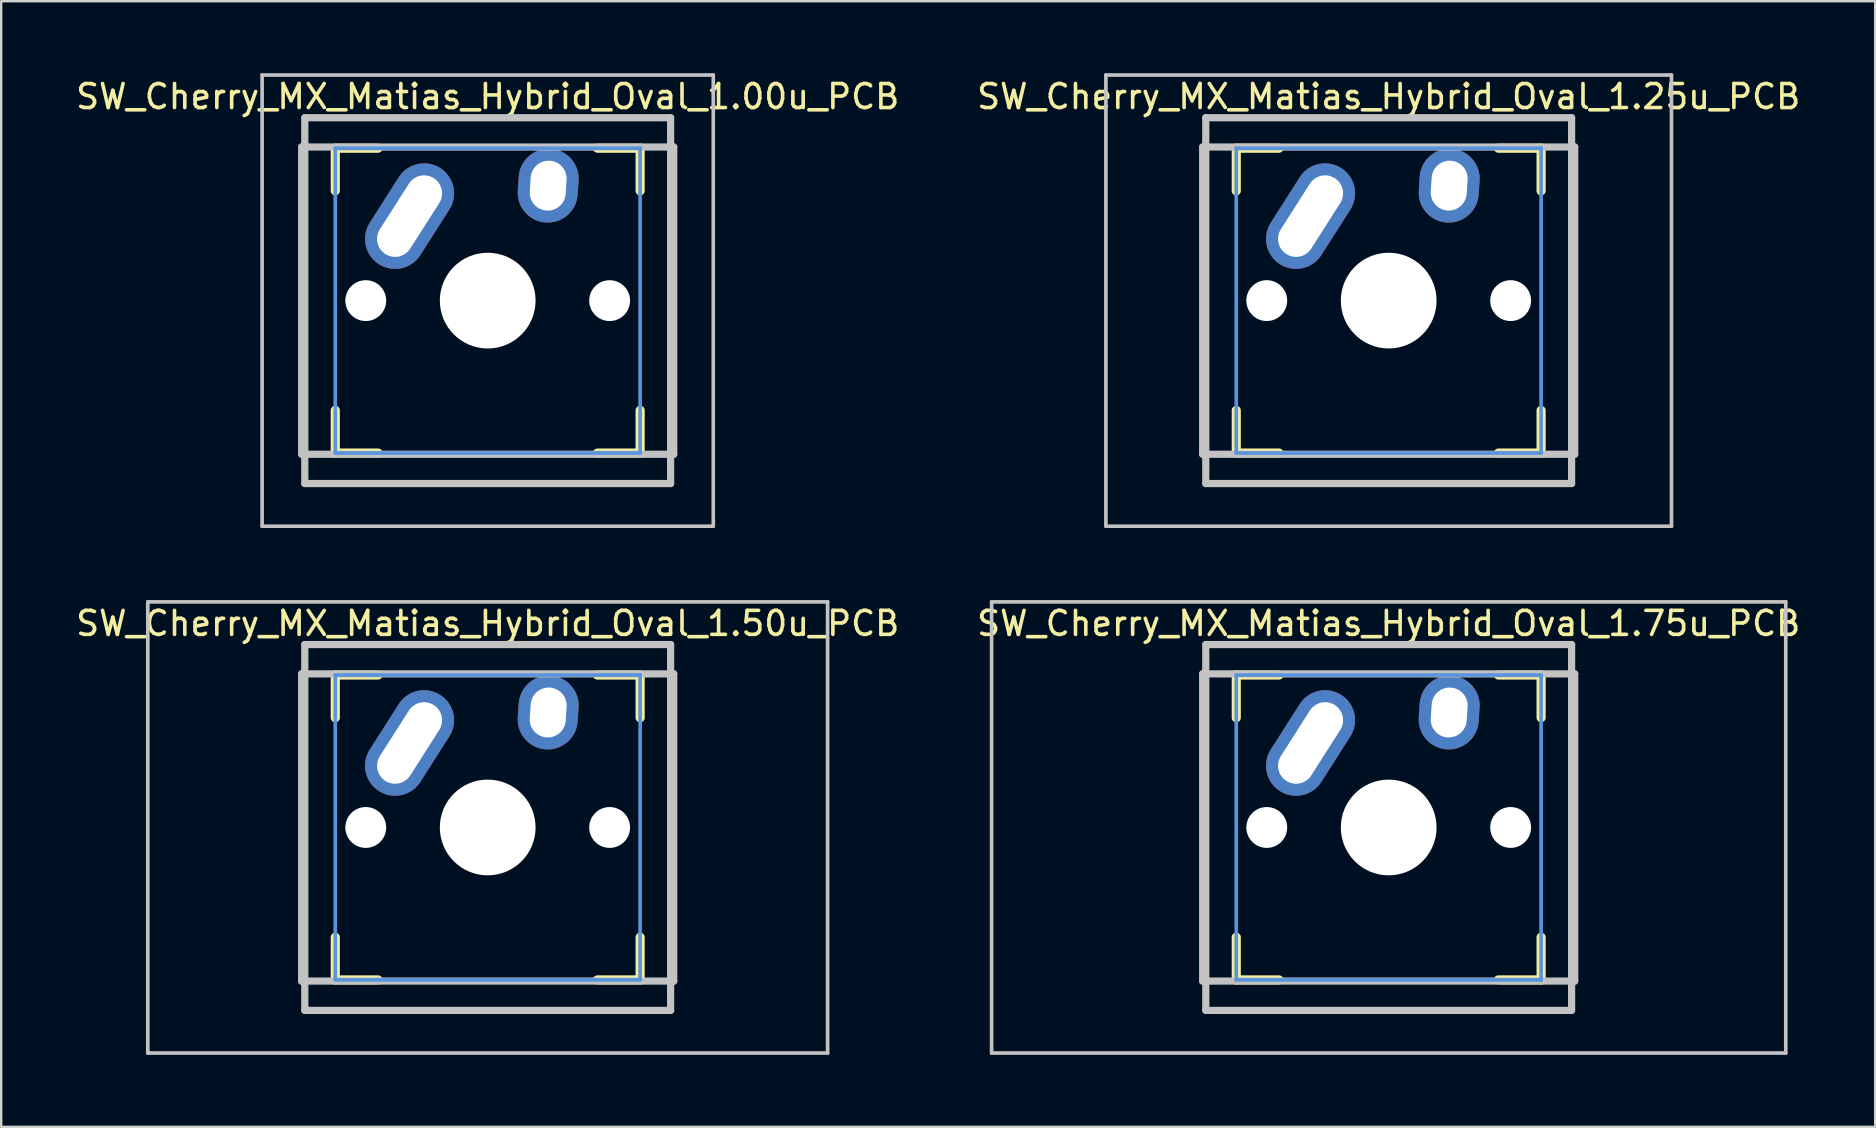
<source format=kicad_pcb>
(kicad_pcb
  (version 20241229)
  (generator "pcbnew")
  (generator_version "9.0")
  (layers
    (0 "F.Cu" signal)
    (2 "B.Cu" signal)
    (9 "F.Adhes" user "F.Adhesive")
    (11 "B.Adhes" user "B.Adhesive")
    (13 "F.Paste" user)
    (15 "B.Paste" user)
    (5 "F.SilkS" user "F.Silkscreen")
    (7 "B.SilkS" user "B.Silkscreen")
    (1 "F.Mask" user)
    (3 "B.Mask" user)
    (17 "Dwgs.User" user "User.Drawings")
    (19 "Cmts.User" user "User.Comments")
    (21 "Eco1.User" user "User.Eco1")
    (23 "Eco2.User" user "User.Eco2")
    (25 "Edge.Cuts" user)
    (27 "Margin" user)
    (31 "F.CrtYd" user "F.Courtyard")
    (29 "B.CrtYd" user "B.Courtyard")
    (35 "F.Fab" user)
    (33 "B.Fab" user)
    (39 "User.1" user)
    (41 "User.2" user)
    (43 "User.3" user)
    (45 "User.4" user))
  (footprint "SW_Cherry_MX_Matias_Hybrid_Oval_1.25u_PCB"
    (layer "F.Cu")
    (at 54.804 9.474)
    (property "Reference" "SW_Cherry_MX_Matias_Hybrid_Oval_1.25u_PCB" (at 0 -8.5 0) (layer "F.SilkS") (effects (font (size 1 1) (thickness 0.15))))
    (attr through_hole)
    (fp_line (start -6.35 -6.35) (end -4.572 -6.35) (stroke (width 0.381) (type solid)) (layer "F.SilkS"))
    (fp_line (start -6.35 -4.572) (end -6.35 -6.35) (stroke (width 0.381) (type solid)) (layer "F.SilkS"))
    (fp_line (start -6.35 6.35) (end -6.35 4.572) (stroke (width 0.381) (type solid)) (layer "F.SilkS"))
    (fp_line (start -4.572 6.35) (end -6.35 6.35) (stroke (width 0.381) (type solid)) (layer "F.SilkS"))
    (fp_line (start 4.572 -6.35) (end 6.35 -6.35) (stroke (width 0.381) (type solid)) (layer "F.SilkS"))
    (fp_line (start 6.35 -6.35) (end 6.35 -4.572) (stroke (width 0.381) (type solid)) (layer "F.SilkS"))
    (fp_line (start 6.35 4.572) (end 6.35 6.35) (stroke (width 0.381) (type solid)) (layer "F.SilkS"))
    (fp_line (start 6.35 6.35) (end 4.572 6.35) (stroke (width 0.381) (type solid)) (layer "F.SilkS"))
    (fp_line (start -11.781 -9.398) (end 11.781 -9.398) (stroke (width 0.152) (type solid)) (layer "Dwgs.User"))
    (fp_line (start -11.781 9.398) (end -11.781 -9.398) (stroke (width 0.152) (type solid)) (layer "Dwgs.User"))
    (fp_line (start -7.75 6.4) (end -7.75 -6.4) (stroke (width 0.3) (type solid)) (layer "Dwgs.User"))
    (fp_line (start -7.75 6.4) (end 7.75 6.4) (stroke (width 0.3) (type solid)) (layer "Dwgs.User"))
    (fp_line (start -7.62 -7.62) (end 7.62 -7.62) (stroke (width 0.3) (type solid)) (layer "Dwgs.User"))
    (fp_line (start -7.62 7.62) (end -7.62 -7.62) (stroke (width 0.3) (type solid)) (layer "Dwgs.User"))
    (fp_line (start 7.62 -7.62) (end 7.62 7.62) (stroke (width 0.3) (type solid)) (layer "Dwgs.User"))
    (fp_line (start 7.62 7.62) (end -7.62 7.62) (stroke (width 0.3) (type solid)) (layer "Dwgs.User"))
    (fp_line (start 7.75 -6.4) (end -7.75 -6.4) (stroke (width 0.3) (type solid)) (layer "Dwgs.User"))
    (fp_line (start 7.75 6.4) (end 7.75 -6.4) (stroke (width 0.3) (type solid)) (layer "Dwgs.User"))
    (fp_line (start 11.781 -9.398) (end 11.781 9.398) (stroke (width 0.152) (type solid)) (layer "Dwgs.User"))
    (fp_line (start 11.781 9.398) (end -11.781 9.398) (stroke (width 0.152) (type solid)) (layer "Dwgs.User"))
    (fp_line (start -6.35 -6.35) (end 6.35 -6.35) (stroke (width 0.152) (type solid)) (layer "Cmts.User"))
    (fp_line (start -6.35 6.35) (end -6.35 -6.35) (stroke (width 0.152) (type solid)) (layer "Cmts.User"))
    (fp_line (start 6.35 -6.35) (end 6.35 6.35) (stroke (width 0.152) (type solid)) (layer "Cmts.User"))
    (fp_line (start 6.35 6.35) (end -6.35 6.35) (stroke (width 0.152) (type solid)) (layer "Cmts.User"))
    (fp_line (start -6.985 -6.985) (end 6.985 -6.985) (stroke (width 0.152) (type solid)) (layer "Eco2.User"))
    (fp_line (start -6.985 6.985) (end -6.985 -6.985) (stroke (width 0.152) (type solid)) (layer "Eco2.User"))
    (fp_line (start 6.985 -6.985) (end 6.985 6.985) (stroke (width 0.152) (type solid)) (layer "Eco2.User"))
    (fp_line (start 6.985 6.985) (end -6.985 6.985) (stroke (width 0.152) (type solid)) (layer "Eco2.User"))
    (pad "" np_thru_hole circle (at -5.08 0) (size 1.702 1.702) (drill 1.702) (layers "*.Cu" "*.Mask"))
    (pad "" np_thru_hole circle (at 0 0) (size 3.988 3.988) (drill 3.988) (layers "*.Cu" "*.Mask"))
    (pad "" np_thru_hole circle (at 5.08 0) (size 1.702 1.702) (drill 1.702) (layers "*.Cu" "*.Mask"))
    (pad "1" thru_hole oval (at 2.52 -4.79 356.1) (size 2.5 3.08) (drill oval 1.5 2.08) (layers "*.Cu" "*.Mask"))
    (pad "2" thru_hole oval (at -3.255 -3.52 327.5) (size 2.5 4.75) (drill oval 1.5 3.75) (layers "*.Cu" "*.Mask")))
  (footprint "SW_Cherry_MX_Matias_Hybrid_Oval_1.00u_PCB"
    (layer "F.Cu")
    (at 17.268 9.474)
    (property "Reference" "SW_Cherry_MX_Matias_Hybrid_Oval_1.00u_PCB" (at 0 -8.5 0) (layer "F.SilkS") (effects (font (size 1 1) (thickness 0.15))))
    (attr through_hole)
    (fp_line (start -6.35 -6.35) (end -4.572 -6.35) (stroke (width 0.381) (type solid)) (layer "F.SilkS"))
    (fp_line (start -6.35 -4.572) (end -6.35 -6.35) (stroke (width 0.381) (type solid)) (layer "F.SilkS"))
    (fp_line (start -6.35 6.35) (end -6.35 4.572) (stroke (width 0.381) (type solid)) (layer "F.SilkS"))
    (fp_line (start -4.572 6.35) (end -6.35 6.35) (stroke (width 0.381) (type solid)) (layer "F.SilkS"))
    (fp_line (start 4.572 -6.35) (end 6.35 -6.35) (stroke (width 0.381) (type solid)) (layer "F.SilkS"))
    (fp_line (start 6.35 -6.35) (end 6.35 -4.572) (stroke (width 0.381) (type solid)) (layer "F.SilkS"))
    (fp_line (start 6.35 4.572) (end 6.35 6.35) (stroke (width 0.381) (type solid)) (layer "F.SilkS"))
    (fp_line (start 6.35 6.35) (end 4.572 6.35) (stroke (width 0.381) (type solid)) (layer "F.SilkS"))
    (fp_line (start -9.398 -9.398) (end 9.398 -9.398) (stroke (width 0.152) (type solid)) (layer "Dwgs.User"))
    (fp_line (start -9.398 9.398) (end -9.398 -9.398) (stroke (width 0.152) (type solid)) (layer "Dwgs.User"))
    (fp_line (start -7.75 6.4) (end -7.75 -6.4) (stroke (width 0.3) (type solid)) (layer "Dwgs.User"))
    (fp_line (start -7.75 6.4) (end 7.75 6.4) (stroke (width 0.3) (type solid)) (layer "Dwgs.User"))
    (fp_line (start -7.62 -7.62) (end 7.62 -7.62) (stroke (width 0.3) (type solid)) (layer "Dwgs.User"))
    (fp_line (start -7.62 7.62) (end -7.62 -7.62) (stroke (width 0.3) (type solid)) (layer "Dwgs.User"))
    (fp_line (start 7.62 -7.62) (end 7.62 7.62) (stroke (width 0.3) (type solid)) (layer "Dwgs.User"))
    (fp_line (start 7.62 7.62) (end -7.62 7.62) (stroke (width 0.3) (type solid)) (layer "Dwgs.User"))
    (fp_line (start 7.75 -6.4) (end -7.75 -6.4) (stroke (width 0.3) (type solid)) (layer "Dwgs.User"))
    (fp_line (start 7.75 6.4) (end 7.75 -6.4) (stroke (width 0.3) (type solid)) (layer "Dwgs.User"))
    (fp_line (start 9.398 -9.398) (end 9.398 9.398) (stroke (width 0.152) (type solid)) (layer "Dwgs.User"))
    (fp_line (start 9.398 9.398) (end -9.398 9.398) (stroke (width 0.152) (type solid)) (layer "Dwgs.User"))
    (fp_line (start -6.35 -6.35) (end 6.35 -6.35) (stroke (width 0.152) (type solid)) (layer "Cmts.User"))
    (fp_line (start -6.35 6.35) (end -6.35 -6.35) (stroke (width 0.152) (type solid)) (layer "Cmts.User"))
    (fp_line (start 6.35 -6.35) (end 6.35 6.35) (stroke (width 0.152) (type solid)) (layer "Cmts.User"))
    (fp_line (start 6.35 6.35) (end -6.35 6.35) (stroke (width 0.152) (type solid)) (layer "Cmts.User"))
    (fp_line (start -6.985 -6.985) (end 6.985 -6.985) (stroke (width 0.152) (type solid)) (layer "Eco2.User"))
    (fp_line (start -6.985 6.985) (end -6.985 -6.985) (stroke (width 0.152) (type solid)) (layer "Eco2.User"))
    (fp_line (start 6.985 -6.985) (end 6.985 6.985) (stroke (width 0.152) (type solid)) (layer "Eco2.User"))
    (fp_line (start 6.985 6.985) (end -6.985 6.985) (stroke (width 0.152) (type solid)) (layer "Eco2.User"))
    (pad "" np_thru_hole circle (at -5.08 0) (size 1.702 1.702) (drill 1.702) (layers "*.Cu" "*.Mask"))
    (pad "" np_thru_hole circle (at 0 0) (size 3.988 3.988) (drill 3.988) (layers "*.Cu" "*.Mask"))
    (pad "" np_thru_hole circle (at 5.08 0) (size 1.702 1.702) (drill 1.702) (layers "*.Cu" "*.Mask"))
    (pad "1" thru_hole oval (at 2.52 -4.79 356.1) (size 2.5 3.08) (drill oval 1.5 2.08) (layers "*.Cu" "*.Mask"))
    (pad "2" thru_hole oval (at -3.255 -3.52 327.5) (size 2.5 4.75) (drill oval 1.5 3.75) (layers "*.Cu" "*.Mask")))
  (footprint "SW_Cherry_MX_Matias_Hybrid_Oval_1.75u_PCB"
    (layer "F.Cu")
    (at 54.804 31.423)
    (property "Reference" "SW_Cherry_MX_Matias_Hybrid_Oval_1.75u_PCB" (at 0 -8.5 0) (layer "F.SilkS") (effects (font (size 1 1) (thickness 0.15))))
    (attr through_hole)
    (fp_line (start -6.35 -6.35) (end -4.572 -6.35) (stroke (width 0.381) (type solid)) (layer "F.SilkS"))
    (fp_line (start -6.35 -4.572) (end -6.35 -6.35) (stroke (width 0.381) (type solid)) (layer "F.SilkS"))
    (fp_line (start -6.35 6.35) (end -6.35 4.572) (stroke (width 0.381) (type solid)) (layer "F.SilkS"))
    (fp_line (start -4.572 6.35) (end -6.35 6.35) (stroke (width 0.381) (type solid)) (layer "F.SilkS"))
    (fp_line (start 4.572 -6.35) (end 6.35 -6.35) (stroke (width 0.381) (type solid)) (layer "F.SilkS"))
    (fp_line (start 6.35 -6.35) (end 6.35 -4.572) (stroke (width 0.381) (type solid)) (layer "F.SilkS"))
    (fp_line (start 6.35 4.572) (end 6.35 6.35) (stroke (width 0.381) (type solid)) (layer "F.SilkS"))
    (fp_line (start 6.35 6.35) (end 4.572 6.35) (stroke (width 0.381) (type solid)) (layer "F.SilkS"))
    (fp_line (start -16.543 -9.398) (end 16.543 -9.398) (stroke (width 0.152) (type solid)) (layer "Dwgs.User"))
    (fp_line (start -16.543 9.398) (end -16.543 -9.398) (stroke (width 0.152) (type solid)) (layer "Dwgs.User"))
    (fp_line (start -7.75 6.4) (end -7.75 -6.4) (stroke (width 0.3) (type solid)) (layer "Dwgs.User"))
    (fp_line (start -7.75 6.4) (end 7.75 6.4) (stroke (width 0.3) (type solid)) (layer "Dwgs.User"))
    (fp_line (start -7.62 -7.62) (end 7.62 -7.62) (stroke (width 0.3) (type solid)) (layer "Dwgs.User"))
    (fp_line (start -7.62 7.62) (end -7.62 -7.62) (stroke (width 0.3) (type solid)) (layer "Dwgs.User"))
    (fp_line (start 7.62 -7.62) (end 7.62 7.62) (stroke (width 0.3) (type solid)) (layer "Dwgs.User"))
    (fp_line (start 7.62 7.62) (end -7.62 7.62) (stroke (width 0.3) (type solid)) (layer "Dwgs.User"))
    (fp_line (start 7.75 -6.4) (end -7.75 -6.4) (stroke (width 0.3) (type solid)) (layer "Dwgs.User"))
    (fp_line (start 7.75 6.4) (end 7.75 -6.4) (stroke (width 0.3) (type solid)) (layer "Dwgs.User"))
    (fp_line (start 16.543 -9.398) (end 16.543 9.398) (stroke (width 0.152) (type solid)) (layer "Dwgs.User"))
    (fp_line (start 16.543 9.398) (end -16.543 9.398) (stroke (width 0.152) (type solid)) (layer "Dwgs.User"))
    (fp_line (start -6.35 -6.35) (end 6.35 -6.35) (stroke (width 0.152) (type solid)) (layer "Cmts.User"))
    (fp_line (start -6.35 6.35) (end -6.35 -6.35) (stroke (width 0.152) (type solid)) (layer "Cmts.User"))
    (fp_line (start 6.35 -6.35) (end 6.35 6.35) (stroke (width 0.152) (type solid)) (layer "Cmts.User"))
    (fp_line (start 6.35 6.35) (end -6.35 6.35) (stroke (width 0.152) (type solid)) (layer "Cmts.User"))
    (fp_line (start -6.985 -6.985) (end 6.985 -6.985) (stroke (width 0.152) (type solid)) (layer "Eco2.User"))
    (fp_line (start -6.985 6.985) (end -6.985 -6.985) (stroke (width 0.152) (type solid)) (layer "Eco2.User"))
    (fp_line (start 6.985 -6.985) (end 6.985 6.985) (stroke (width 0.152) (type solid)) (layer "Eco2.User"))
    (fp_line (start 6.985 6.985) (end -6.985 6.985) (stroke (width 0.152) (type solid)) (layer "Eco2.User"))
    (pad "" np_thru_hole circle (at -5.08 0) (size 1.702 1.702) (drill 1.702) (layers "*.Cu" "*.Mask"))
    (pad "" np_thru_hole circle (at 0 0) (size 3.988 3.988) (drill 3.988) (layers "*.Cu" "*.Mask"))
    (pad "" np_thru_hole circle (at 5.08 0) (size 1.702 1.702) (drill 1.702) (layers "*.Cu" "*.Mask"))
    (pad "1" thru_hole oval (at 2.52 -4.79 356.1) (size 2.5 3.08) (drill oval 1.5 2.08) (layers "*.Cu" "*.Mask"))
    (pad "2" thru_hole oval (at -3.255 -3.52 327.5) (size 2.5 4.75) (drill oval 1.5 3.75) (layers "*.Cu" "*.Mask")))
  (footprint "SW_Cherry_MX_Matias_Hybrid_Oval_1.50u_PCB"
    (layer "F.Cu")
    (at 17.268 31.423)
    (property "Reference" "SW_Cherry_MX_Matias_Hybrid_Oval_1.50u_PCB" (at 0 -8.5 0) (layer "F.SilkS") (effects (font (size 1 1) (thickness 0.15))))
    (attr through_hole)
    (fp_line (start -6.35 -6.35) (end -4.572 -6.35) (stroke (width 0.381) (type solid)) (layer "F.SilkS"))
    (fp_line (start -6.35 -4.572) (end -6.35 -6.35) (stroke (width 0.381) (type solid)) (layer "F.SilkS"))
    (fp_line (start -6.35 6.35) (end -6.35 4.572) (stroke (width 0.381) (type solid)) (layer "F.SilkS"))
    (fp_line (start -4.572 6.35) (end -6.35 6.35) (stroke (width 0.381) (type solid)) (layer "F.SilkS"))
    (fp_line (start 4.572 -6.35) (end 6.35 -6.35) (stroke (width 0.381) (type solid)) (layer "F.SilkS"))
    (fp_line (start 6.35 -6.35) (end 6.35 -4.572) (stroke (width 0.381) (type solid)) (layer "F.SilkS"))
    (fp_line (start 6.35 4.572) (end 6.35 6.35) (stroke (width 0.381) (type solid)) (layer "F.SilkS"))
    (fp_line (start 6.35 6.35) (end 4.572 6.35) (stroke (width 0.381) (type solid)) (layer "F.SilkS"))
    (fp_line (start -14.161 -9.398) (end 14.161 -9.398) (stroke (width 0.152) (type solid)) (layer "Dwgs.User"))
    (fp_line (start -14.161 9.398) (end -14.161 -9.398) (stroke (width 0.152) (type solid)) (layer "Dwgs.User"))
    (fp_line (start -7.75 6.4) (end -7.75 -6.4) (stroke (width 0.3) (type solid)) (layer "Dwgs.User"))
    (fp_line (start -7.75 6.4) (end 7.75 6.4) (stroke (width 0.3) (type solid)) (layer "Dwgs.User"))
    (fp_line (start -7.62 -7.62) (end 7.62 -7.62) (stroke (width 0.3) (type solid)) (layer "Dwgs.User"))
    (fp_line (start -7.62 7.62) (end -7.62 -7.62) (stroke (width 0.3) (type solid)) (layer "Dwgs.User"))
    (fp_line (start 7.62 -7.62) (end 7.62 7.62) (stroke (width 0.3) (type solid)) (layer "Dwgs.User"))
    (fp_line (start 7.62 7.62) (end -7.62 7.62) (stroke (width 0.3) (type solid)) (layer "Dwgs.User"))
    (fp_line (start 7.75 -6.4) (end -7.75 -6.4) (stroke (width 0.3) (type solid)) (layer "Dwgs.User"))
    (fp_line (start 7.75 6.4) (end 7.75 -6.4) (stroke (width 0.3) (type solid)) (layer "Dwgs.User"))
    (fp_line (start 14.161 -9.398) (end 14.161 9.398) (stroke (width 0.152) (type solid)) (layer "Dwgs.User"))
    (fp_line (start 14.161 9.398) (end -14.161 9.398) (stroke (width 0.152) (type solid)) (layer "Dwgs.User"))
    (fp_line (start -6.35 -6.35) (end 6.35 -6.35) (stroke (width 0.152) (type solid)) (layer "Cmts.User"))
    (fp_line (start -6.35 6.35) (end -6.35 -6.35) (stroke (width 0.152) (type solid)) (layer "Cmts.User"))
    (fp_line (start 6.35 -6.35) (end 6.35 6.35) (stroke (width 0.152) (type solid)) (layer "Cmts.User"))
    (fp_line (start 6.35 6.35) (end -6.35 6.35) (stroke (width 0.152) (type solid)) (layer "Cmts.User"))
    (fp_line (start -6.985 -6.985) (end 6.985 -6.985) (stroke (width 0.152) (type solid)) (layer "Eco2.User"))
    (fp_line (start -6.985 6.985) (end -6.985 -6.985) (stroke (width 0.152) (type solid)) (layer "Eco2.User"))
    (fp_line (start 6.985 -6.985) (end 6.985 6.985) (stroke (width 0.152) (type solid)) (layer "Eco2.User"))
    (fp_line (start 6.985 6.985) (end -6.985 6.985) (stroke (width 0.152) (type solid)) (layer "Eco2.User"))
    (pad "" np_thru_hole circle (at -5.08 0) (size 1.702 1.702) (drill 1.702) (layers "*.Cu" "*.Mask"))
    (pad "" np_thru_hole circle (at 0 0) (size 3.988 3.988) (drill 3.988) (layers "*.Cu" "*.Mask"))
    (pad "" np_thru_hole circle (at 5.08 0) (size 1.702 1.702) (drill 1.702) (layers "*.Cu" "*.Mask"))
    (pad "1" thru_hole oval (at 2.52 -4.79 356.1) (size 2.5 3.08) (drill oval 1.5 2.08) (layers "*.Cu" "*.Mask"))
    (pad "2" thru_hole oval (at -3.255 -3.52 327.5) (size 2.5 4.75) (drill oval 1.5 3.75) (layers "*.Cu" "*.Mask")))
  (gr_rect
    (start -3 -3)
    (end 75.071 43.897)
    (stroke (width 0.1) (type default))
    (fill no)
    (layer "Edge.Cuts")))
</source>
